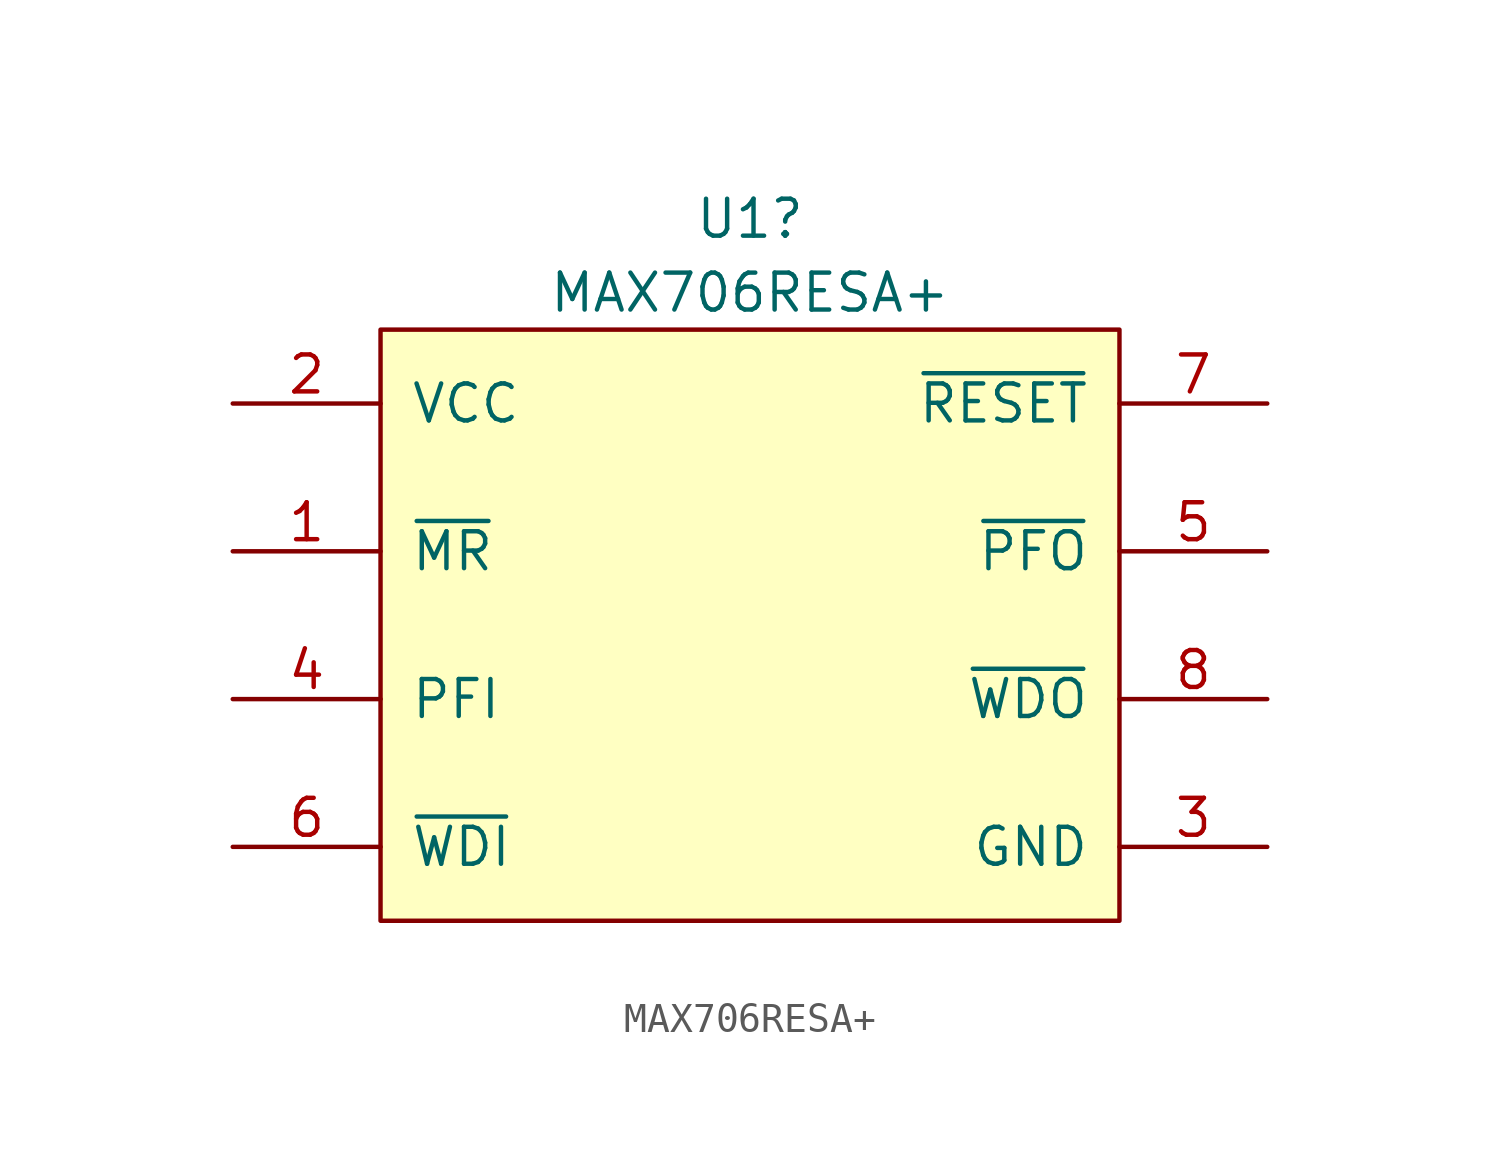
<source format=kicad_sym>
(kicad_symbol_lib
  (version 20231120)
  (generator "kicad_symbol_editor")
  (generator_version "8.0")
  (symbol "MAX706RESA+"
    (pin_names
      (offset 1.016))
    (property "Reference" "U1"
      (at 0 13.97 0)
      (effects (font (size 1.27 1.27))))
    (property "Value" "MAX706RESA+"
      (at 0 11.43 0)
      (effects (font (size 1.27 1.27))))
    (symbol "MAX706RESA+_1_0"
      (rectangle (start -12.7 10.16) (end 12.7 -10.16) (stroke (width 0) (type default)) (fill (type background)))
      (pin input line (at -17.78 2.54 0) (length 5.08) (name "~{MR}" (effects (font (size 1.27 1.27)))) (number "1" (effects (font (size 1.27 1.27)))))
      (pin power_in line (at -17.78 7.62 0) (length 5.08) (name "VCC" (effects (font (size 1.27 1.27)))) (number "2" (effects (font (size 1.27 1.27)))))
      (pin power_in line (at 17.78 -7.62 180) (length 5.08) (name "GND" (effects (font (size 1.27 1.27)))) (number "3" (effects (font (size 1.27 1.27)))))
      (pin input line (at -17.78 -2.54 0) (length 5.08) (name "PFI" (effects (font (size 1.27 1.27)))) (number "4" (effects (font (size 1.27 1.27)))))
      (pin output line (at 17.78 2.54 180) (length 5.08) (name "~{PFO}" (effects (font (size 1.27 1.27)))) (number "5" (effects (font (size 1.27 1.27)))))
      (pin input line (at -17.78 -7.62 0) (length 5.08) (name "~{WDI}" (effects (font (size 1.27 1.27)))) (number "6" (effects (font (size 1.27 1.27)))))
      (pin output line (at 17.78 7.62 180) (length 5.08) (name "~{RESET}" (effects (font (size 1.27 1.27)))) (number "7" (effects (font (size 1.27 1.27)))))
      (pin output line (at 17.78 -2.54 180) (length 5.08) (name "~{WDO}" (effects (font (size 1.27 1.27)))) (number "8" (effects (font (size 1.27 1.27))))))))
</source>
